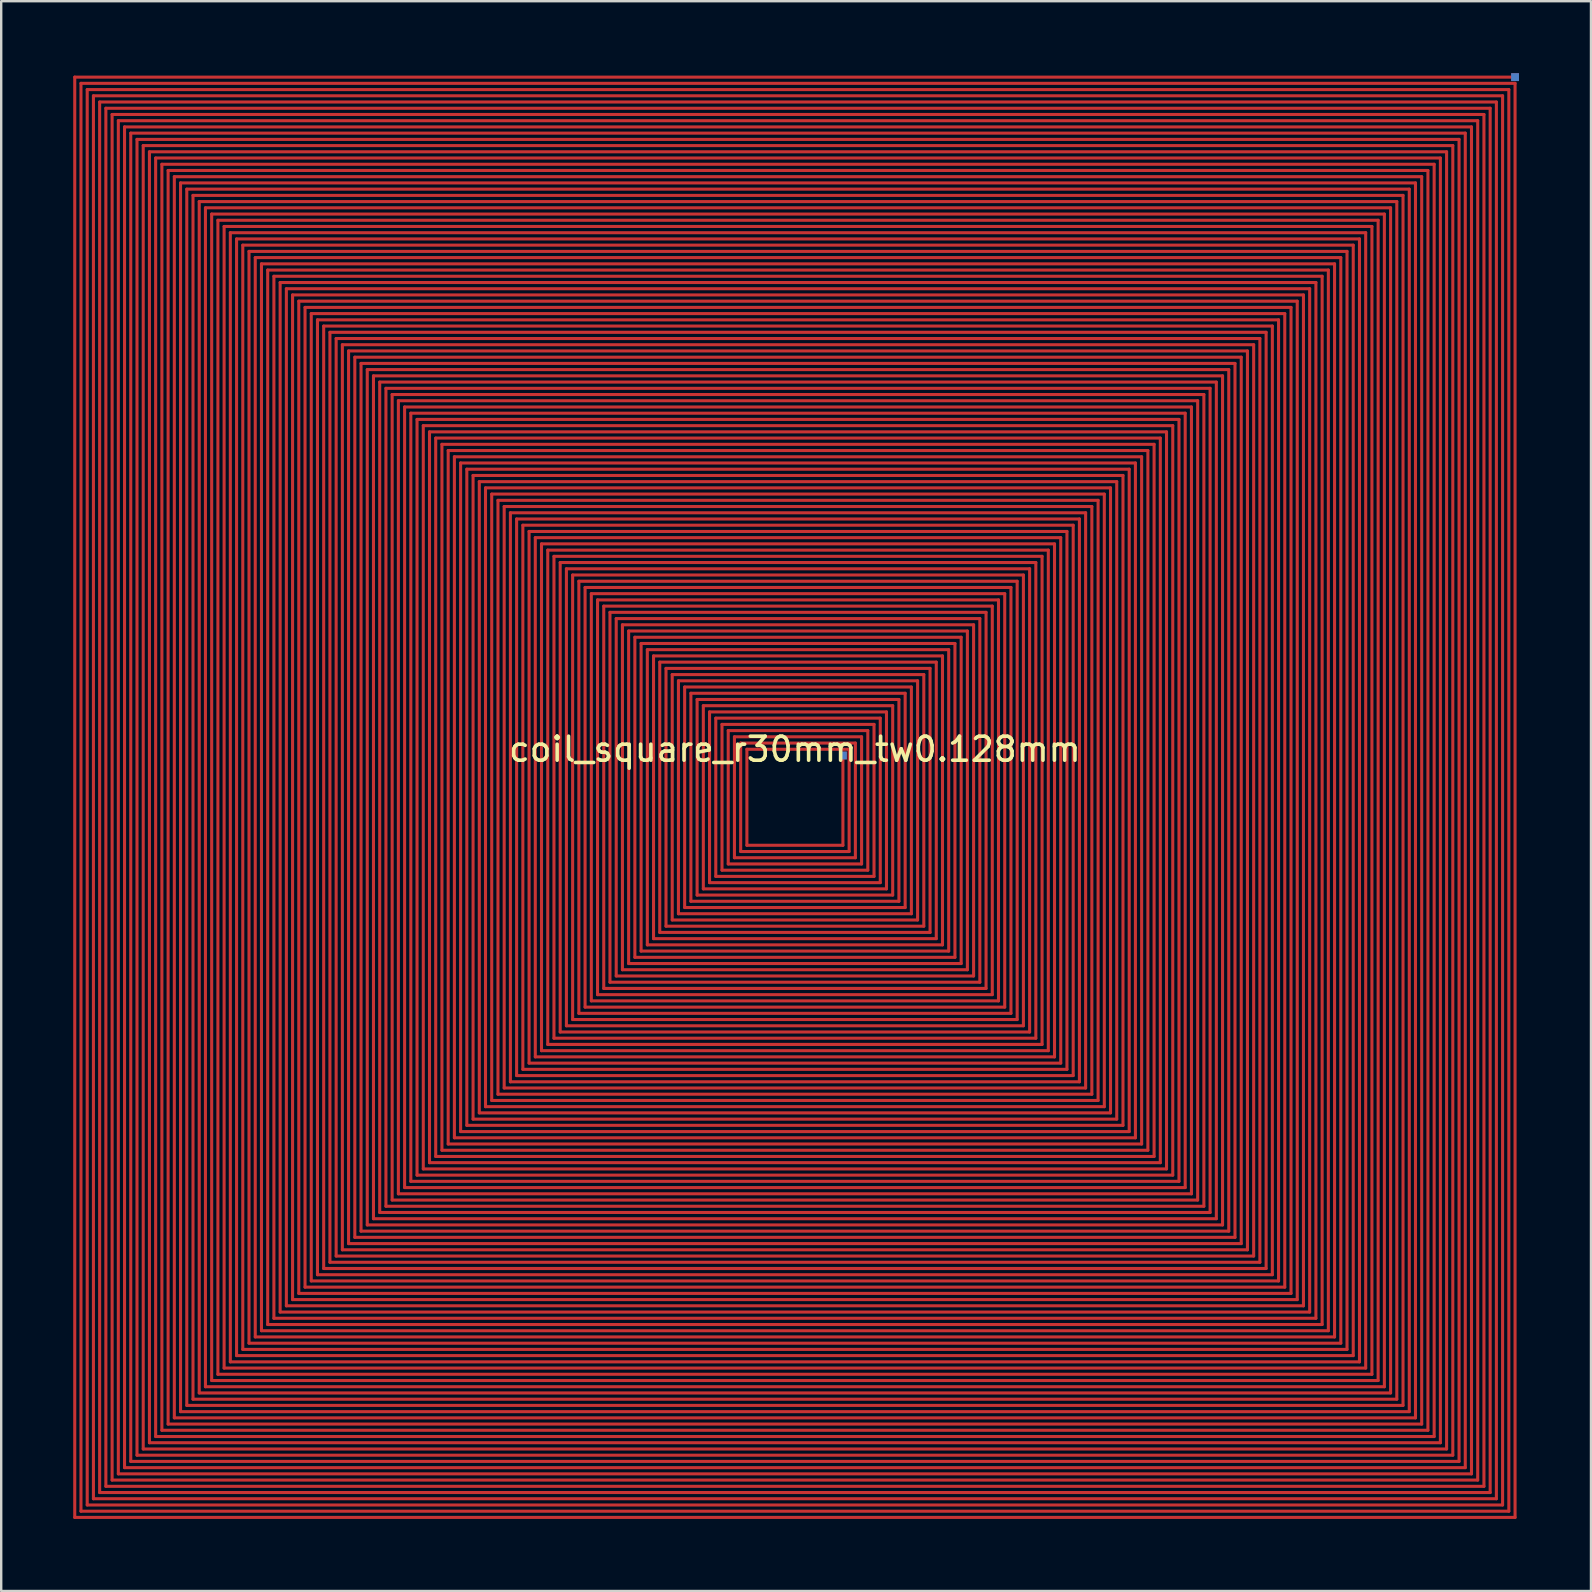
<source format=kicad_pcb>
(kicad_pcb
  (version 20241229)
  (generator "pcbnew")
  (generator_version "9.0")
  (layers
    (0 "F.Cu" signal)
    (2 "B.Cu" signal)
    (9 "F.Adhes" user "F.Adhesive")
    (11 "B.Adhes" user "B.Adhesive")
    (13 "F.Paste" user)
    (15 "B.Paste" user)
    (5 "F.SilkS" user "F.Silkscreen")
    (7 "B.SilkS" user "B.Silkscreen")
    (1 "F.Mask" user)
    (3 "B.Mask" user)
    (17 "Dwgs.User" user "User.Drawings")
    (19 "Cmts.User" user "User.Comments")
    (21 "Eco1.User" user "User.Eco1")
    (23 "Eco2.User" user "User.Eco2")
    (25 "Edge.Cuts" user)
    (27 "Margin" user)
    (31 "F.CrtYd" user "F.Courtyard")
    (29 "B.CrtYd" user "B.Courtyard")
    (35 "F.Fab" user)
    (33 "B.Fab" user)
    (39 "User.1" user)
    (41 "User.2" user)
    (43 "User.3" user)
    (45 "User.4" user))
  (footprint "coil_square_r30mm_tw0.128mm"
    (layer "F.Cu")
    (at 30.064 30.163)
    (property "Reference" "coil_square_r30mm_tw0.128mm" (at 0 -2 0) (layer "F.SilkS") (effects (font (size 1 1) (thickness 0.15))))
    (attr through_hole)
    (fp_line (start -30 -30) (end -30 30) (stroke (width 0.128) (type solid)) (layer "F.Cu"))
    (fp_line (start -30 30) (end 30 30) (stroke (width 0.128) (type solid)) (layer "F.Cu"))
    (fp_line (start -29.741 -29.741) (end -29.741 29.741) (stroke (width 0.128) (type solid)) (layer "F.Cu"))
    (fp_line (start -29.741 29.741) (end 29.741 29.741) (stroke (width 0.128) (type solid)) (layer "F.Cu"))
    (fp_line (start -29.481 -29.481) (end -29.481 29.481) (stroke (width 0.128) (type solid)) (layer "F.Cu"))
    (fp_line (start -29.481 29.481) (end 29.481 29.481) (stroke (width 0.128) (type solid)) (layer "F.Cu"))
    (fp_line (start -29.222 -29.222) (end -29.222 29.222) (stroke (width 0.128) (type solid)) (layer "F.Cu"))
    (fp_line (start -29.222 29.222) (end 29.222 29.222) (stroke (width 0.128) (type solid)) (layer "F.Cu"))
    (fp_line (start -28.963 -28.963) (end -28.963 28.963) (stroke (width 0.128) (type solid)) (layer "F.Cu"))
    (fp_line (start -28.963 28.963) (end 28.963 28.963) (stroke (width 0.128) (type solid)) (layer "F.Cu"))
    (fp_line (start -28.704 -28.704) (end -28.704 28.704) (stroke (width 0.128) (type solid)) (layer "F.Cu"))
    (fp_line (start -28.704 28.704) (end 28.704 28.704) (stroke (width 0.128) (type solid)) (layer "F.Cu"))
    (fp_line (start -28.444 -28.444) (end -28.444 28.444) (stroke (width 0.128) (type solid)) (layer "F.Cu"))
    (fp_line (start -28.444 28.444) (end 28.444 28.444) (stroke (width 0.128) (type solid)) (layer "F.Cu"))
    (fp_line (start -28.185 -28.185) (end -28.185 28.185) (stroke (width 0.128) (type solid)) (layer "F.Cu"))
    (fp_line (start -28.185 28.185) (end 28.185 28.185) (stroke (width 0.128) (type solid)) (layer "F.Cu"))
    (fp_line (start -27.926 -27.926) (end -27.926 27.926) (stroke (width 0.128) (type solid)) (layer "F.Cu"))
    (fp_line (start -27.926 27.926) (end 27.926 27.926) (stroke (width 0.128) (type solid)) (layer "F.Cu"))
    (fp_line (start -27.667 -27.667) (end -27.667 27.667) (stroke (width 0.128) (type solid)) (layer "F.Cu"))
    (fp_line (start -27.667 27.667) (end 27.667 27.667) (stroke (width 0.128) (type solid)) (layer "F.Cu"))
    (fp_line (start -27.407 -27.407) (end -27.407 27.407) (stroke (width 0.128) (type solid)) (layer "F.Cu"))
    (fp_line (start -27.407 27.407) (end 27.407 27.407) (stroke (width 0.128) (type solid)) (layer "F.Cu"))
    (fp_line (start -27.148 -27.148) (end -27.148 27.148) (stroke (width 0.128) (type solid)) (layer "F.Cu"))
    (fp_line (start -27.148 27.148) (end 27.148 27.148) (stroke (width 0.128) (type solid)) (layer "F.Cu"))
    (fp_line (start -26.889 -26.889) (end -26.889 26.889) (stroke (width 0.128) (type solid)) (layer "F.Cu"))
    (fp_line (start -26.889 26.889) (end 26.889 26.889) (stroke (width 0.128) (type solid)) (layer "F.Cu"))
    (fp_line (start -26.63 -26.63) (end -26.63 26.63) (stroke (width 0.128) (type solid)) (layer "F.Cu"))
    (fp_line (start -26.63 26.63) (end 26.63 26.63) (stroke (width 0.128) (type solid)) (layer "F.Cu"))
    (fp_line (start -26.37 -26.37) (end -26.37 26.37) (stroke (width 0.128) (type solid)) (layer "F.Cu"))
    (fp_line (start -26.37 26.37) (end 26.37 26.37) (stroke (width 0.128) (type solid)) (layer "F.Cu"))
    (fp_line (start -26.111 -26.111) (end -26.111 26.111) (stroke (width 0.128) (type solid)) (layer "F.Cu"))
    (fp_line (start -26.111 26.111) (end 26.111 26.111) (stroke (width 0.128) (type solid)) (layer "F.Cu"))
    (fp_line (start -25.852 -25.852) (end -25.852 25.852) (stroke (width 0.128) (type solid)) (layer "F.Cu"))
    (fp_line (start -25.852 25.852) (end 25.852 25.852) (stroke (width 0.128) (type solid)) (layer "F.Cu"))
    (fp_line (start -25.593 -25.593) (end -25.593 25.593) (stroke (width 0.128) (type solid)) (layer "F.Cu"))
    (fp_line (start -25.593 25.593) (end 25.593 25.593) (stroke (width 0.128) (type solid)) (layer "F.Cu"))
    (fp_line (start -25.333 -25.333) (end -25.333 25.333) (stroke (width 0.128) (type solid)) (layer "F.Cu"))
    (fp_line (start -25.333 25.333) (end 25.333 25.333) (stroke (width 0.128) (type solid)) (layer "F.Cu"))
    (fp_line (start -25.074 -25.074) (end -25.074 25.074) (stroke (width 0.128) (type solid)) (layer "F.Cu"))
    (fp_line (start -25.074 25.074) (end 25.074 25.074) (stroke (width 0.128) (type solid)) (layer "F.Cu"))
    (fp_line (start -24.815 -24.815) (end -24.815 24.815) (stroke (width 0.128) (type solid)) (layer "F.Cu"))
    (fp_line (start -24.815 24.815) (end 24.815 24.815) (stroke (width 0.128) (type solid)) (layer "F.Cu"))
    (fp_line (start -24.556 -24.556) (end -24.556 24.556) (stroke (width 0.128) (type solid)) (layer "F.Cu"))
    (fp_line (start -24.556 24.556) (end 24.556 24.556) (stroke (width 0.128) (type solid)) (layer "F.Cu"))
    (fp_line (start -24.296 -24.296) (end -24.296 24.296) (stroke (width 0.128) (type solid)) (layer "F.Cu"))
    (fp_line (start -24.296 24.296) (end 24.296 24.296) (stroke (width 0.128) (type solid)) (layer "F.Cu"))
    (fp_line (start -24.037 -24.037) (end -24.037 24.037) (stroke (width 0.128) (type solid)) (layer "F.Cu"))
    (fp_line (start -24.037 24.037) (end 24.037 24.037) (stroke (width 0.128) (type solid)) (layer "F.Cu"))
    (fp_line (start -23.778 -23.778) (end -23.778 23.778) (stroke (width 0.128) (type solid)) (layer "F.Cu"))
    (fp_line (start -23.778 23.778) (end 23.778 23.778) (stroke (width 0.128) (type solid)) (layer "F.Cu"))
    (fp_line (start -23.519 -23.519) (end -23.519 23.519) (stroke (width 0.128) (type solid)) (layer "F.Cu"))
    (fp_line (start -23.519 23.519) (end 23.519 23.519) (stroke (width 0.128) (type solid)) (layer "F.Cu"))
    (fp_line (start -23.259 -23.259) (end -23.259 23.259) (stroke (width 0.128) (type solid)) (layer "F.Cu"))
    (fp_line (start -23.259 23.259) (end 23.259 23.259) (stroke (width 0.128) (type solid)) (layer "F.Cu"))
    (fp_line (start -23 -23) (end -23 23) (stroke (width 0.128) (type solid)) (layer "F.Cu"))
    (fp_line (start -23 23) (end 23 23) (stroke (width 0.128) (type solid)) (layer "F.Cu"))
    (fp_line (start -22.741 -22.741) (end -22.741 22.741) (stroke (width 0.128) (type solid)) (layer "F.Cu"))
    (fp_line (start -22.741 22.741) (end 22.741 22.741) (stroke (width 0.128) (type solid)) (layer "F.Cu"))
    (fp_line (start -22.481 -22.481) (end -22.481 22.481) (stroke (width 0.128) (type solid)) (layer "F.Cu"))
    (fp_line (start -22.481 22.481) (end 22.481 22.481) (stroke (width 0.128) (type solid)) (layer "F.Cu"))
    (fp_line (start -22.222 -22.222) (end -22.222 22.222) (stroke (width 0.128) (type solid)) (layer "F.Cu"))
    (fp_line (start -22.222 22.222) (end 22.222 22.222) (stroke (width 0.128) (type solid)) (layer "F.Cu"))
    (fp_line (start -21.963 -21.963) (end -21.963 21.963) (stroke (width 0.128) (type solid)) (layer "F.Cu"))
    (fp_line (start -21.963 21.963) (end 21.963 21.963) (stroke (width 0.128) (type solid)) (layer "F.Cu"))
    (fp_line (start -21.704 -21.704) (end -21.704 21.704) (stroke (width 0.128) (type solid)) (layer "F.Cu"))
    (fp_line (start -21.704 21.704) (end 21.704 21.704) (stroke (width 0.128) (type solid)) (layer "F.Cu"))
    (fp_line (start -21.444 -21.444) (end -21.444 21.444) (stroke (width 0.128) (type solid)) (layer "F.Cu"))
    (fp_line (start -21.444 21.444) (end 21.444 21.444) (stroke (width 0.128) (type solid)) (layer "F.Cu"))
    (fp_line (start -21.185 -21.185) (end -21.185 21.185) (stroke (width 0.128) (type solid)) (layer "F.Cu"))
    (fp_line (start -21.185 21.185) (end 21.185 21.185) (stroke (width 0.128) (type solid)) (layer "F.Cu"))
    (fp_line (start -20.926 -20.926) (end -20.926 20.926) (stroke (width 0.128) (type solid)) (layer "F.Cu"))
    (fp_line (start -20.926 20.926) (end 20.926 20.926) (stroke (width 0.128) (type solid)) (layer "F.Cu"))
    (fp_line (start -20.667 -20.667) (end -20.667 20.667) (stroke (width 0.128) (type solid)) (layer "F.Cu"))
    (fp_line (start -20.667 20.667) (end 20.667 20.667) (stroke (width 0.128) (type solid)) (layer "F.Cu"))
    (fp_line (start -20.407 -20.407) (end -20.407 20.407) (stroke (width 0.128) (type solid)) (layer "F.Cu"))
    (fp_line (start -20.407 20.407) (end 20.407 20.407) (stroke (width 0.128) (type solid)) (layer "F.Cu"))
    (fp_line (start -20.148 -20.148) (end -20.148 20.148) (stroke (width 0.128) (type solid)) (layer "F.Cu"))
    (fp_line (start -20.148 20.148) (end 20.148 20.148) (stroke (width 0.128) (type solid)) (layer "F.Cu"))
    (fp_line (start -19.889 -19.889) (end -19.889 19.889) (stroke (width 0.128) (type solid)) (layer "F.Cu"))
    (fp_line (start -19.889 19.889) (end 19.889 19.889) (stroke (width 0.128) (type solid)) (layer "F.Cu"))
    (fp_line (start -19.63 -19.63) (end -19.63 19.63) (stroke (width 0.128) (type solid)) (layer "F.Cu"))
    (fp_line (start -19.63 19.63) (end 19.63 19.63) (stroke (width 0.128) (type solid)) (layer "F.Cu"))
    (fp_line (start -19.37 -19.37) (end -19.37 19.37) (stroke (width 0.128) (type solid)) (layer "F.Cu"))
    (fp_line (start -19.37 19.37) (end 19.37 19.37) (stroke (width 0.128) (type solid)) (layer "F.Cu"))
    (fp_line (start -19.111 -19.111) (end -19.111 19.111) (stroke (width 0.128) (type solid)) (layer "F.Cu"))
    (fp_line (start -19.111 19.111) (end 19.111 19.111) (stroke (width 0.128) (type solid)) (layer "F.Cu"))
    (fp_line (start -18.852 -18.852) (end -18.852 18.852) (stroke (width 0.128) (type solid)) (layer "F.Cu"))
    (fp_line (start -18.852 18.852) (end 18.852 18.852) (stroke (width 0.128) (type solid)) (layer "F.Cu"))
    (fp_line (start -18.593 -18.593) (end -18.593 18.593) (stroke (width 0.128) (type solid)) (layer "F.Cu"))
    (fp_line (start -18.593 18.593) (end 18.593 18.593) (stroke (width 0.128) (type solid)) (layer "F.Cu"))
    (fp_line (start -18.333 -18.333) (end -18.333 18.333) (stroke (width 0.128) (type solid)) (layer "F.Cu"))
    (fp_line (start -18.333 18.333) (end 18.333 18.333) (stroke (width 0.128) (type solid)) (layer "F.Cu"))
    (fp_line (start -18.074 -18.074) (end -18.074 18.074) (stroke (width 0.128) (type solid)) (layer "F.Cu"))
    (fp_line (start -18.074 18.074) (end 18.074 18.074) (stroke (width 0.128) (type solid)) (layer "F.Cu"))
    (fp_line (start -17.815 -17.815) (end -17.815 17.815) (stroke (width 0.128) (type solid)) (layer "F.Cu"))
    (fp_line (start -17.815 17.815) (end 17.815 17.815) (stroke (width 0.128) (type solid)) (layer "F.Cu"))
    (fp_line (start -17.556 -17.556) (end -17.556 17.556) (stroke (width 0.128) (type solid)) (layer "F.Cu"))
    (fp_line (start -17.556 17.556) (end 17.556 17.556) (stroke (width 0.128) (type solid)) (layer "F.Cu"))
    (fp_line (start -17.296 -17.296) (end -17.296 17.296) (stroke (width 0.128) (type solid)) (layer "F.Cu"))
    (fp_line (start -17.296 17.296) (end 17.296 17.296) (stroke (width 0.128) (type solid)) (layer "F.Cu"))
    (fp_line (start -17.037 -17.037) (end -17.037 17.037) (stroke (width 0.128) (type solid)) (layer "F.Cu"))
    (fp_line (start -17.037 17.037) (end 17.037 17.037) (stroke (width 0.128) (type solid)) (layer "F.Cu"))
    (fp_line (start -16.778 -16.778) (end -16.778 16.778) (stroke (width 0.128) (type solid)) (layer "F.Cu"))
    (fp_line (start -16.778 16.778) (end 16.778 16.778) (stroke (width 0.128) (type solid)) (layer "F.Cu"))
    (fp_line (start -16.519 -16.519) (end -16.519 16.519) (stroke (width 0.128) (type solid)) (layer "F.Cu"))
    (fp_line (start -16.519 16.519) (end 16.519 16.519) (stroke (width 0.128) (type solid)) (layer "F.Cu"))
    (fp_line (start -16.259 -16.259) (end -16.259 16.259) (stroke (width 0.128) (type solid)) (layer "F.Cu"))
    (fp_line (start -16.259 16.259) (end 16.259 16.259) (stroke (width 0.128) (type solid)) (layer "F.Cu"))
    (fp_line (start -16 -16) (end -16 16) (stroke (width 0.128) (type solid)) (layer "F.Cu"))
    (fp_line (start -16 16) (end 16 16) (stroke (width 0.128) (type solid)) (layer "F.Cu"))
    (fp_line (start -15.741 -15.741) (end -15.741 15.741) (stroke (width 0.128) (type solid)) (layer "F.Cu"))
    (fp_line (start -15.741 15.741) (end 15.741 15.741) (stroke (width 0.128) (type solid)) (layer "F.Cu"))
    (fp_line (start -15.481 -15.481) (end -15.481 15.481) (stroke (width 0.128) (type solid)) (layer "F.Cu"))
    (fp_line (start -15.481 15.481) (end 15.481 15.481) (stroke (width 0.128) (type solid)) (layer "F.Cu"))
    (fp_line (start -15.222 -15.222) (end -15.222 15.222) (stroke (width 0.128) (type solid)) (layer "F.Cu"))
    (fp_line (start -15.222 15.222) (end 15.222 15.222) (stroke (width 0.128) (type solid)) (layer "F.Cu"))
    (fp_line (start -14.963 -14.963) (end -14.963 14.963) (stroke (width 0.128) (type solid)) (layer "F.Cu"))
    (fp_line (start -14.963 14.963) (end 14.963 14.963) (stroke (width 0.128) (type solid)) (layer "F.Cu"))
    (fp_line (start -14.704 -14.704) (end -14.704 14.704) (stroke (width 0.128) (type solid)) (layer "F.Cu"))
    (fp_line (start -14.704 14.704) (end 14.704 14.704) (stroke (width 0.128) (type solid)) (layer "F.Cu"))
    (fp_line (start -14.444 -14.444) (end -14.444 14.444) (stroke (width 0.128) (type solid)) (layer "F.Cu"))
    (fp_line (start -14.444 14.444) (end 14.444 14.444) (stroke (width 0.128) (type solid)) (layer "F.Cu"))
    (fp_line (start -14.185 -14.185) (end -14.185 14.185) (stroke (width 0.128) (type solid)) (layer "F.Cu"))
    (fp_line (start -14.185 14.185) (end 14.185 14.185) (stroke (width 0.128) (type solid)) (layer "F.Cu"))
    (fp_line (start -13.926 -13.926) (end -13.926 13.926) (stroke (width 0.128) (type solid)) (layer "F.Cu"))
    (fp_line (start -13.926 13.926) (end 13.926 13.926) (stroke (width 0.128) (type solid)) (layer "F.Cu"))
    (fp_line (start -13.667 -13.667) (end -13.667 13.667) (stroke (width 0.128) (type solid)) (layer "F.Cu"))
    (fp_line (start -13.667 13.667) (end 13.667 13.667) (stroke (width 0.128) (type solid)) (layer "F.Cu"))
    (fp_line (start -13.407 -13.407) (end -13.407 13.407) (stroke (width 0.128) (type solid)) (layer "F.Cu"))
    (fp_line (start -13.407 13.407) (end 13.407 13.407) (stroke (width 0.128) (type solid)) (layer "F.Cu"))
    (fp_line (start -13.148 -13.148) (end -13.148 13.148) (stroke (width 0.128) (type solid)) (layer "F.Cu"))
    (fp_line (start -13.148 13.148) (end 13.148 13.148) (stroke (width 0.128) (type solid)) (layer "F.Cu"))
    (fp_line (start -12.889 -12.889) (end -12.889 12.889) (stroke (width 0.128) (type solid)) (layer "F.Cu"))
    (fp_line (start -12.889 12.889) (end 12.889 12.889) (stroke (width 0.128) (type solid)) (layer "F.Cu"))
    (fp_line (start -12.63 -12.63) (end -12.63 12.63) (stroke (width 0.128) (type solid)) (layer "F.Cu"))
    (fp_line (start -12.63 12.63) (end 12.63 12.63) (stroke (width 0.128) (type solid)) (layer "F.Cu"))
    (fp_line (start -12.37 -12.37) (end -12.37 12.37) (stroke (width 0.128) (type solid)) (layer "F.Cu"))
    (fp_line (start -12.37 12.37) (end 12.37 12.37) (stroke (width 0.128) (type solid)) (layer "F.Cu"))
    (fp_line (start -12.111 -12.111) (end -12.111 12.111) (stroke (width 0.128) (type solid)) (layer "F.Cu"))
    (fp_line (start -12.111 12.111) (end 12.111 12.111) (stroke (width 0.128) (type solid)) (layer "F.Cu"))
    (fp_line (start -11.852 -11.852) (end -11.852 11.852) (stroke (width 0.128) (type solid)) (layer "F.Cu"))
    (fp_line (start -11.852 11.852) (end 11.852 11.852) (stroke (width 0.128) (type solid)) (layer "F.Cu"))
    (fp_line (start -11.593 -11.593) (end -11.593 11.593) (stroke (width 0.128) (type solid)) (layer "F.Cu"))
    (fp_line (start -11.593 11.593) (end 11.593 11.593) (stroke (width 0.128) (type solid)) (layer "F.Cu"))
    (fp_line (start -11.333 -11.333) (end -11.333 11.333) (stroke (width 0.128) (type solid)) (layer "F.Cu"))
    (fp_line (start -11.333 11.333) (end 11.333 11.333) (stroke (width 0.128) (type solid)) (layer "F.Cu"))
    (fp_line (start -11.074 -11.074) (end -11.074 11.074) (stroke (width 0.128) (type solid)) (layer "F.Cu"))
    (fp_line (start -11.074 11.074) (end 11.074 11.074) (stroke (width 0.128) (type solid)) (layer "F.Cu"))
    (fp_line (start -10.815 -10.815) (end -10.815 10.815) (stroke (width 0.128) (type solid)) (layer "F.Cu"))
    (fp_line (start -10.815 10.815) (end 10.815 10.815) (stroke (width 0.128) (type solid)) (layer "F.Cu"))
    (fp_line (start -10.556 -10.556) (end -10.556 10.556) (stroke (width 0.128) (type solid)) (layer "F.Cu"))
    (fp_line (start -10.556 10.556) (end 10.556 10.556) (stroke (width 0.128) (type solid)) (layer "F.Cu"))
    (fp_line (start -10.296 -10.296) (end -10.296 10.296) (stroke (width 0.128) (type solid)) (layer "F.Cu"))
    (fp_line (start -10.296 10.296) (end 10.296 10.296) (stroke (width 0.128) (type solid)) (layer "F.Cu"))
    (fp_line (start -10.037 -10.037) (end -10.037 10.037) (stroke (width 0.128) (type solid)) (layer "F.Cu"))
    (fp_line (start -10.037 10.037) (end 10.037 10.037) (stroke (width 0.128) (type solid)) (layer "F.Cu"))
    (fp_line (start -9.778 -9.778) (end -9.778 9.778) (stroke (width 0.128) (type solid)) (layer "F.Cu"))
    (fp_line (start -9.778 9.778) (end 9.778 9.778) (stroke (width 0.128) (type solid)) (layer "F.Cu"))
    (fp_line (start -9.519 -9.519) (end -9.519 9.519) (stroke (width 0.128) (type solid)) (layer "F.Cu"))
    (fp_line (start -9.519 9.519) (end 9.519 9.519) (stroke (width 0.128) (type solid)) (layer "F.Cu"))
    (fp_line (start -9.259 -9.259) (end -9.259 9.259) (stroke (width 0.128) (type solid)) (layer "F.Cu"))
    (fp_line (start -9.259 9.259) (end 9.259 9.259) (stroke (width 0.128) (type solid)) (layer "F.Cu"))
    (fp_line (start -9 -9) (end -9 9) (stroke (width 0.128) (type solid)) (layer "F.Cu"))
    (fp_line (start -9 9) (end 9 9) (stroke (width 0.128) (type solid)) (layer "F.Cu"))
    (fp_line (start -8.741 -8.741) (end -8.741 8.741) (stroke (width 0.128) (type solid)) (layer "F.Cu"))
    (fp_line (start -8.741 8.741) (end 8.741 8.741) (stroke (width 0.128) (type solid)) (layer "F.Cu"))
    (fp_line (start -8.481 -8.481) (end -8.481 8.481) (stroke (width 0.128) (type solid)) (layer "F.Cu"))
    (fp_line (start -8.481 8.481) (end 8.481 8.481) (stroke (width 0.128) (type solid)) (layer "F.Cu"))
    (fp_line (start -8.222 -8.222) (end -8.222 8.222) (stroke (width 0.128) (type solid)) (layer "F.Cu"))
    (fp_line (start -8.222 8.222) (end 8.222 8.222) (stroke (width 0.128) (type solid)) (layer "F.Cu"))
    (fp_line (start -7.963 -7.963) (end -7.963 7.963) (stroke (width 0.128) (type solid)) (layer "F.Cu"))
    (fp_line (start -7.963 7.963) (end 7.963 7.963) (stroke (width 0.128) (type solid)) (layer "F.Cu"))
    (fp_line (start -7.704 -7.704) (end -7.704 7.704) (stroke (width 0.128) (type solid)) (layer "F.Cu"))
    (fp_line (start -7.704 7.704) (end 7.704 7.704) (stroke (width 0.128) (type solid)) (layer "F.Cu"))
    (fp_line (start -7.444 -7.444) (end -7.444 7.444) (stroke (width 0.128) (type solid)) (layer "F.Cu"))
    (fp_line (start -7.444 7.444) (end 7.444 7.444) (stroke (width 0.128) (type solid)) (layer "F.Cu"))
    (fp_line (start -7.185 -7.185) (end -7.185 7.185) (stroke (width 0.128) (type solid)) (layer "F.Cu"))
    (fp_line (start -7.185 7.185) (end 7.185 7.185) (stroke (width 0.128) (type solid)) (layer "F.Cu"))
    (fp_line (start -6.926 -6.926) (end -6.926 6.926) (stroke (width 0.128) (type solid)) (layer "F.Cu"))
    (fp_line (start -6.926 6.926) (end 6.926 6.926) (stroke (width 0.128) (type solid)) (layer "F.Cu"))
    (fp_line (start -6.667 -6.667) (end -6.667 6.667) (stroke (width 0.128) (type solid)) (layer "F.Cu"))
    (fp_line (start -6.667 6.667) (end 6.667 6.667) (stroke (width 0.128) (type solid)) (layer "F.Cu"))
    (fp_line (start -6.407 -6.407) (end -6.407 6.407) (stroke (width 0.128) (type solid)) (layer "F.Cu"))
    (fp_line (start -6.407 6.407) (end 6.407 6.407) (stroke (width 0.128) (type solid)) (layer "F.Cu"))
    (fp_line (start -6.148 -6.148) (end -6.148 6.148) (stroke (width 0.128) (type solid)) (layer "F.Cu"))
    (fp_line (start -6.148 6.148) (end 6.148 6.148) (stroke (width 0.128) (type solid)) (layer "F.Cu"))
    (fp_line (start -5.889 -5.889) (end -5.889 5.889) (stroke (width 0.128) (type solid)) (layer "F.Cu"))
    (fp_line (start -5.889 5.889) (end 5.889 5.889) (stroke (width 0.128) (type solid)) (layer "F.Cu"))
    (fp_line (start -5.63 -5.63) (end -5.63 5.63) (stroke (width 0.128) (type solid)) (layer "F.Cu"))
    (fp_line (start -5.63 5.63) (end 5.63 5.63) (stroke (width 0.128) (type solid)) (layer "F.Cu"))
    (fp_line (start -5.37 -5.37) (end -5.37 5.37) (stroke (width 0.128) (type solid)) (layer "F.Cu"))
    (fp_line (start -5.37 5.37) (end 5.37 5.37) (stroke (width 0.128) (type solid)) (layer "F.Cu"))
    (fp_line (start -5.111 -5.111) (end -5.111 5.111) (stroke (width 0.128) (type solid)) (layer "F.Cu"))
    (fp_line (start -5.111 5.111) (end 5.111 5.111) (stroke (width 0.128) (type solid)) (layer "F.Cu"))
    (fp_line (start -4.852 -4.852) (end -4.852 4.852) (stroke (width 0.128) (type solid)) (layer "F.Cu"))
    (fp_line (start -4.852 4.852) (end 4.852 4.852) (stroke (width 0.128) (type solid)) (layer "F.Cu"))
    (fp_line (start -4.593 -4.593) (end -4.593 4.593) (stroke (width 0.128) (type solid)) (layer "F.Cu"))
    (fp_line (start -4.593 4.593) (end 4.593 4.593) (stroke (width 0.128) (type solid)) (layer "F.Cu"))
    (fp_line (start -4.333 -4.333) (end -4.333 4.333) (stroke (width 0.128) (type solid)) (layer "F.Cu"))
    (fp_line (start -4.333 4.333) (end 4.333 4.333) (stroke (width 0.128) (type solid)) (layer "F.Cu"))
    (fp_line (start -4.074 -4.074) (end -4.074 4.074) (stroke (width 0.128) (type solid)) (layer "F.Cu"))
    (fp_line (start -4.074 4.074) (end 4.074 4.074) (stroke (width 0.128) (type solid)) (layer "F.Cu"))
    (fp_line (start -3.815 -3.815) (end -3.815 3.815) (stroke (width 0.128) (type solid)) (layer "F.Cu"))
    (fp_line (start -3.815 3.815) (end 3.815 3.815) (stroke (width 0.128) (type solid)) (layer "F.Cu"))
    (fp_line (start -3.556 -3.556) (end -3.556 3.556) (stroke (width 0.128) (type solid)) (layer "F.Cu"))
    (fp_line (start -3.556 3.556) (end 3.556 3.556) (stroke (width 0.128) (type solid)) (layer "F.Cu"))
    (fp_line (start -3.296 -3.296) (end -3.296 3.296) (stroke (width 0.128) (type solid)) (layer "F.Cu"))
    (fp_line (start -3.296 3.296) (end 3.296 3.296) (stroke (width 0.128) (type solid)) (layer "F.Cu"))
    (fp_line (start -3.037 -3.037) (end -3.037 3.037) (stroke (width 0.128) (type solid)) (layer "F.Cu"))
    (fp_line (start -3.037 3.037) (end 3.037 3.037) (stroke (width 0.128) (type solid)) (layer "F.Cu"))
    (fp_line (start -2.778 -2.778) (end -2.778 2.778) (stroke (width 0.128) (type solid)) (layer "F.Cu"))
    (fp_line (start -2.778 2.778) (end 2.778 2.778) (stroke (width 0.128) (type solid)) (layer "F.Cu"))
    (fp_line (start -2.519 -2.519) (end -2.519 2.519) (stroke (width 0.128) (type solid)) (layer "F.Cu"))
    (fp_line (start -2.519 2.519) (end 2.519 2.519) (stroke (width 0.128) (type solid)) (layer "F.Cu"))
    (fp_line (start -2.259 -2.259) (end -2.259 2.259) (stroke (width 0.128) (type solid)) (layer "F.Cu"))
    (fp_line (start -2.259 2.259) (end 2.259 2.259) (stroke (width 0.128) (type solid)) (layer "F.Cu"))
    (fp_line (start -2 -2) (end -2 2) (stroke (width 0.128) (type solid)) (layer "F.Cu"))
    (fp_line (start -2 2) (end 2 2) (stroke (width 0.128) (type solid)) (layer "F.Cu"))
    (fp_line (start 2 2) (end 2 -1.741) (stroke (width 0.128) (type solid)) (layer "F.Cu"))
    (fp_line (start 2.259 -2) (end -2 -2) (stroke (width 0.128) (type solid)) (layer "F.Cu"))
    (fp_line (start 2.259 2.259) (end 2.259 -2) (stroke (width 0.128) (type solid)) (layer "F.Cu"))
    (fp_line (start 2.519 -2.259) (end -2.259 -2.259) (stroke (width 0.128) (type solid)) (layer "F.Cu"))
    (fp_line (start 2.519 2.519) (end 2.519 -2.259) (stroke (width 0.128) (type solid)) (layer "F.Cu"))
    (fp_line (start 2.778 -2.519) (end -2.519 -2.519) (stroke (width 0.128) (type solid)) (layer "F.Cu"))
    (fp_line (start 2.778 2.778) (end 2.778 -2.519) (stroke (width 0.128) (type solid)) (layer "F.Cu"))
    (fp_line (start 3.037 -2.778) (end -2.778 -2.778) (stroke (width 0.128) (type solid)) (layer "F.Cu"))
    (fp_line (start 3.037 3.037) (end 3.037 -2.778) (stroke (width 0.128) (type solid)) (layer "F.Cu"))
    (fp_line (start 3.296 -3.037) (end -3.037 -3.037) (stroke (width 0.128) (type solid)) (layer "F.Cu"))
    (fp_line (start 3.296 3.296) (end 3.296 -3.037) (stroke (width 0.128) (type solid)) (layer "F.Cu"))
    (fp_line (start 3.556 -3.296) (end -3.296 -3.296) (stroke (width 0.128) (type solid)) (layer "F.Cu"))
    (fp_line (start 3.556 3.556) (end 3.556 -3.296) (stroke (width 0.128) (type solid)) (layer "F.Cu"))
    (fp_line (start 3.815 -3.556) (end -3.556 -3.556) (stroke (width 0.128) (type solid)) (layer "F.Cu"))
    (fp_line (start 3.815 3.815) (end 3.815 -3.556) (stroke (width 0.128) (type solid)) (layer "F.Cu"))
    (fp_line (start 4.074 -3.815) (end -3.815 -3.815) (stroke (width 0.128) (type solid)) (layer "F.Cu"))
    (fp_line (start 4.074 4.074) (end 4.074 -3.815) (stroke (width 0.128) (type solid)) (layer "F.Cu"))
    (fp_line (start 4.333 -4.074) (end -4.074 -4.074) (stroke (width 0.128) (type solid)) (layer "F.Cu"))
    (fp_line (start 4.333 4.333) (end 4.333 -4.074) (stroke (width 0.128) (type solid)) (layer "F.Cu"))
    (fp_line (start 4.593 -4.333) (end -4.333 -4.333) (stroke (width 0.128) (type solid)) (layer "F.Cu"))
    (fp_line (start 4.593 4.593) (end 4.593 -4.333) (stroke (width 0.128) (type solid)) (layer "F.Cu"))
    (fp_line (start 4.852 -4.593) (end -4.593 -4.593) (stroke (width 0.128) (type solid)) (layer "F.Cu"))
    (fp_line (start 4.852 4.852) (end 4.852 -4.593) (stroke (width 0.128) (type solid)) (layer "F.Cu"))
    (fp_line (start 5.111 -4.852) (end -4.852 -4.852) (stroke (width 0.128) (type solid)) (layer "F.Cu"))
    (fp_line (start 5.111 5.111) (end 5.111 -4.852) (stroke (width 0.128) (type solid)) (layer "F.Cu"))
    (fp_line (start 5.37 -5.111) (end -5.111 -5.111) (stroke (width 0.128) (type solid)) (layer "F.Cu"))
    (fp_line (start 5.37 5.37) (end 5.37 -5.111) (stroke (width 0.128) (type solid)) (layer "F.Cu"))
    (fp_line (start 5.63 -5.37) (end -5.37 -5.37) (stroke (width 0.128) (type solid)) (layer "F.Cu"))
    (fp_line (start 5.63 5.63) (end 5.63 -5.37) (stroke (width 0.128) (type solid)) (layer "F.Cu"))
    (fp_line (start 5.889 -5.63) (end -5.63 -5.63) (stroke (width 0.128) (type solid)) (layer "F.Cu"))
    (fp_line (start 5.889 5.889) (end 5.889 -5.63) (stroke (width 0.128) (type solid)) (layer "F.Cu"))
    (fp_line (start 6.148 -5.889) (end -5.889 -5.889) (stroke (width 0.128) (type solid)) (layer "F.Cu"))
    (fp_line (start 6.148 6.148) (end 6.148 -5.889) (stroke (width 0.128) (type solid)) (layer "F.Cu"))
    (fp_line (start 6.407 -6.148) (end -6.148 -6.148) (stroke (width 0.128) (type solid)) (layer "F.Cu"))
    (fp_line (start 6.407 6.407) (end 6.407 -6.148) (stroke (width 0.128) (type solid)) (layer "F.Cu"))
    (fp_line (start 6.667 -6.407) (end -6.407 -6.407) (stroke (width 0.128) (type solid)) (layer "F.Cu"))
    (fp_line (start 6.667 6.667) (end 6.667 -6.407) (stroke (width 0.128) (type solid)) (layer "F.Cu"))
    (fp_line (start 6.926 -6.667) (end -6.667 -6.667) (stroke (width 0.128) (type solid)) (layer "F.Cu"))
    (fp_line (start 6.926 6.926) (end 6.926 -6.667) (stroke (width 0.128) (type solid)) (layer "F.Cu"))
    (fp_line (start 7.185 -6.926) (end -6.926 -6.926) (stroke (width 0.128) (type solid)) (layer "F.Cu"))
    (fp_line (start 7.185 7.185) (end 7.185 -6.926) (stroke (width 0.128) (type solid)) (layer "F.Cu"))
    (fp_line (start 7.444 -7.185) (end -7.185 -7.185) (stroke (width 0.128) (type solid)) (layer "F.Cu"))
    (fp_line (start 7.444 7.444) (end 7.444 -7.185) (stroke (width 0.128) (type solid)) (layer "F.Cu"))
    (fp_line (start 7.704 -7.444) (end -7.444 -7.444) (stroke (width 0.128) (type solid)) (layer "F.Cu"))
    (fp_line (start 7.704 7.704) (end 7.704 -7.444) (stroke (width 0.128) (type solid)) (layer "F.Cu"))
    (fp_line (start 7.963 -7.704) (end -7.704 -7.704) (stroke (width 0.128) (type solid)) (layer "F.Cu"))
    (fp_line (start 7.963 7.963) (end 7.963 -7.704) (stroke (width 0.128) (type solid)) (layer "F.Cu"))
    (fp_line (start 8.222 -7.963) (end -7.963 -7.963) (stroke (width 0.128) (type solid)) (layer "F.Cu"))
    (fp_line (start 8.222 8.222) (end 8.222 -7.963) (stroke (width 0.128) (type solid)) (layer "F.Cu"))
    (fp_line (start 8.481 -8.222) (end -8.222 -8.222) (stroke (width 0.128) (type solid)) (layer "F.Cu"))
    (fp_line (start 8.481 8.481) (end 8.481 -8.222) (stroke (width 0.128) (type solid)) (layer "F.Cu"))
    (fp_line (start 8.741 -8.481) (end -8.481 -8.481) (stroke (width 0.128) (type solid)) (layer "F.Cu"))
    (fp_line (start 8.741 8.741) (end 8.741 -8.481) (stroke (width 0.128) (type solid)) (layer "F.Cu"))
    (fp_line (start 9 -8.741) (end -8.741 -8.741) (stroke (width 0.128) (type solid)) (layer "F.Cu"))
    (fp_line (start 9 9) (end 9 -8.741) (stroke (width 0.128) (type solid)) (layer "F.Cu"))
    (fp_line (start 9.259 -9) (end -9 -9) (stroke (width 0.128) (type solid)) (layer "F.Cu"))
    (fp_line (start 9.259 9.259) (end 9.259 -9) (stroke (width 0.128) (type solid)) (layer "F.Cu"))
    (fp_line (start 9.519 -9.259) (end -9.259 -9.259) (stroke (width 0.128) (type solid)) (layer "F.Cu"))
    (fp_line (start 9.519 9.519) (end 9.519 -9.259) (stroke (width 0.128) (type solid)) (layer "F.Cu"))
    (fp_line (start 9.778 -9.519) (end -9.519 -9.519) (stroke (width 0.128) (type solid)) (layer "F.Cu"))
    (fp_line (start 9.778 9.778) (end 9.778 -9.519) (stroke (width 0.128) (type solid)) (layer "F.Cu"))
    (fp_line (start 10.037 -9.778) (end -9.778 -9.778) (stroke (width 0.128) (type solid)) (layer "F.Cu"))
    (fp_line (start 10.037 10.037) (end 10.037 -9.778) (stroke (width 0.128) (type solid)) (layer "F.Cu"))
    (fp_line (start 10.296 -10.037) (end -10.037 -10.037) (stroke (width 0.128) (type solid)) (layer "F.Cu"))
    (fp_line (start 10.296 10.296) (end 10.296 -10.037) (stroke (width 0.128) (type solid)) (layer "F.Cu"))
    (fp_line (start 10.556 -10.296) (end -10.296 -10.296) (stroke (width 0.128) (type solid)) (layer "F.Cu"))
    (fp_line (start 10.556 10.556) (end 10.556 -10.296) (stroke (width 0.128) (type solid)) (layer "F.Cu"))
    (fp_line (start 10.815 -10.556) (end -10.556 -10.556) (stroke (width 0.128) (type solid)) (layer "F.Cu"))
    (fp_line (start 10.815 10.815) (end 10.815 -10.556) (stroke (width 0.128) (type solid)) (layer "F.Cu"))
    (fp_line (start 11.074 -10.815) (end -10.815 -10.815) (stroke (width 0.128) (type solid)) (layer "F.Cu"))
    (fp_line (start 11.074 11.074) (end 11.074 -10.815) (stroke (width 0.128) (type solid)) (layer "F.Cu"))
    (fp_line (start 11.333 -11.074) (end -11.074 -11.074) (stroke (width 0.128) (type solid)) (layer "F.Cu"))
    (fp_line (start 11.333 11.333) (end 11.333 -11.074) (stroke (width 0.128) (type solid)) (layer "F.Cu"))
    (fp_line (start 11.593 -11.333) (end -11.333 -11.333) (stroke (width 0.128) (type solid)) (layer "F.Cu"))
    (fp_line (start 11.593 11.593) (end 11.593 -11.333) (stroke (width 0.128) (type solid)) (layer "F.Cu"))
    (fp_line (start 11.852 -11.593) (end -11.593 -11.593) (stroke (width 0.128) (type solid)) (layer "F.Cu"))
    (fp_line (start 11.852 11.852) (end 11.852 -11.593) (stroke (width 0.128) (type solid)) (layer "F.Cu"))
    (fp_line (start 12.111 -11.852) (end -11.852 -11.852) (stroke (width 0.128) (type solid)) (layer "F.Cu"))
    (fp_line (start 12.111 12.111) (end 12.111 -11.852) (stroke (width 0.128) (type solid)) (layer "F.Cu"))
    (fp_line (start 12.37 -12.111) (end -12.111 -12.111) (stroke (width 0.128) (type solid)) (layer "F.Cu"))
    (fp_line (start 12.37 12.37) (end 12.37 -12.111) (stroke (width 0.128) (type solid)) (layer "F.Cu"))
    (fp_line (start 12.63 -12.37) (end -12.37 -12.37) (stroke (width 0.128) (type solid)) (layer "F.Cu"))
    (fp_line (start 12.63 12.63) (end 12.63 -12.37) (stroke (width 0.128) (type solid)) (layer "F.Cu"))
    (fp_line (start 12.889 -12.63) (end -12.63 -12.63) (stroke (width 0.128) (type solid)) (layer "F.Cu"))
    (fp_line (start 12.889 12.889) (end 12.889 -12.63) (stroke (width 0.128) (type solid)) (layer "F.Cu"))
    (fp_line (start 13.148 -12.889) (end -12.889 -12.889) (stroke (width 0.128) (type solid)) (layer "F.Cu"))
    (fp_line (start 13.148 13.148) (end 13.148 -12.889) (stroke (width 0.128) (type solid)) (layer "F.Cu"))
    (fp_line (start 13.407 -13.148) (end -13.148 -13.148) (stroke (width 0.128) (type solid)) (layer "F.Cu"))
    (fp_line (start 13.407 13.407) (end 13.407 -13.148) (stroke (width 0.128) (type solid)) (layer "F.Cu"))
    (fp_line (start 13.667 -13.407) (end -13.407 -13.407) (stroke (width 0.128) (type solid)) (layer "F.Cu"))
    (fp_line (start 13.667 13.667) (end 13.667 -13.407) (stroke (width 0.128) (type solid)) (layer "F.Cu"))
    (fp_line (start 13.926 -13.667) (end -13.667 -13.667) (stroke (width 0.128) (type solid)) (layer "F.Cu"))
    (fp_line (start 13.926 13.926) (end 13.926 -13.667) (stroke (width 0.128) (type solid)) (layer "F.Cu"))
    (fp_line (start 14.185 -13.926) (end -13.926 -13.926) (stroke (width 0.128) (type solid)) (layer "F.Cu"))
    (fp_line (start 14.185 14.185) (end 14.185 -13.926) (stroke (width 0.128) (type solid)) (layer "F.Cu"))
    (fp_line (start 14.444 -14.185) (end -14.185 -14.185) (stroke (width 0.128) (type solid)) (layer "F.Cu"))
    (fp_line (start 14.444 14.444) (end 14.444 -14.185) (stroke (width 0.128) (type solid)) (layer "F.Cu"))
    (fp_line (start 14.704 -14.444) (end -14.444 -14.444) (stroke (width 0.128) (type solid)) (layer "F.Cu"))
    (fp_line (start 14.704 14.704) (end 14.704 -14.444) (stroke (width 0.128) (type solid)) (layer "F.Cu"))
    (fp_line (start 14.963 -14.704) (end -14.704 -14.704) (stroke (width 0.128) (type solid)) (layer "F.Cu"))
    (fp_line (start 14.963 14.963) (end 14.963 -14.704) (stroke (width 0.128) (type solid)) (layer "F.Cu"))
    (fp_line (start 15.222 -14.963) (end -14.963 -14.963) (stroke (width 0.128) (type solid)) (layer "F.Cu"))
    (fp_line (start 15.222 15.222) (end 15.222 -14.963) (stroke (width 0.128) (type solid)) (layer "F.Cu"))
    (fp_line (start 15.481 -15.222) (end -15.222 -15.222) (stroke (width 0.128) (type solid)) (layer "F.Cu"))
    (fp_line (start 15.481 15.481) (end 15.481 -15.222) (stroke (width 0.128) (type solid)) (layer "F.Cu"))
    (fp_line (start 15.741 -15.481) (end -15.481 -15.481) (stroke (width 0.128) (type solid)) (layer "F.Cu"))
    (fp_line (start 15.741 15.741) (end 15.741 -15.481) (stroke (width 0.128) (type solid)) (layer "F.Cu"))
    (fp_line (start 16 -15.741) (end -15.741 -15.741) (stroke (width 0.128) (type solid)) (layer "F.Cu"))
    (fp_line (start 16 16) (end 16 -15.741) (stroke (width 0.128) (type solid)) (layer "F.Cu"))
    (fp_line (start 16.259 -16) (end -16 -16) (stroke (width 0.128) (type solid)) (layer "F.Cu"))
    (fp_line (start 16.259 16.259) (end 16.259 -16) (stroke (width 0.128) (type solid)) (layer "F.Cu"))
    (fp_line (start 16.519 -16.259) (end -16.259 -16.259) (stroke (width 0.128) (type solid)) (layer "F.Cu"))
    (fp_line (start 16.519 16.519) (end 16.519 -16.259) (stroke (width 0.128) (type solid)) (layer "F.Cu"))
    (fp_line (start 16.778 -16.519) (end -16.519 -16.519) (stroke (width 0.128) (type solid)) (layer "F.Cu"))
    (fp_line (start 16.778 16.778) (end 16.778 -16.519) (stroke (width 0.128) (type solid)) (layer "F.Cu"))
    (fp_line (start 17.037 -16.778) (end -16.778 -16.778) (stroke (width 0.128) (type solid)) (layer "F.Cu"))
    (fp_line (start 17.037 17.037) (end 17.037 -16.778) (stroke (width 0.128) (type solid)) (layer "F.Cu"))
    (fp_line (start 17.296 -17.037) (end -17.037 -17.037) (stroke (width 0.128) (type solid)) (layer "F.Cu"))
    (fp_line (start 17.296 17.296) (end 17.296 -17.037) (stroke (width 0.128) (type solid)) (layer "F.Cu"))
    (fp_line (start 17.556 -17.296) (end -17.296 -17.296) (stroke (width 0.128) (type solid)) (layer "F.Cu"))
    (fp_line (start 17.556 17.556) (end 17.556 -17.296) (stroke (width 0.128) (type solid)) (layer "F.Cu"))
    (fp_line (start 17.815 -17.556) (end -17.556 -17.556) (stroke (width 0.128) (type solid)) (layer "F.Cu"))
    (fp_line (start 17.815 17.815) (end 17.815 -17.556) (stroke (width 0.128) (type solid)) (layer "F.Cu"))
    (fp_line (start 18.074 -17.815) (end -17.815 -17.815) (stroke (width 0.128) (type solid)) (layer "F.Cu"))
    (fp_line (start 18.074 18.074) (end 18.074 -17.815) (stroke (width 0.128) (type solid)) (layer "F.Cu"))
    (fp_line (start 18.333 -18.074) (end -18.074 -18.074) (stroke (width 0.128) (type solid)) (layer "F.Cu"))
    (fp_line (start 18.333 18.333) (end 18.333 -18.074) (stroke (width 0.128) (type solid)) (layer "F.Cu"))
    (fp_line (start 18.593 -18.333) (end -18.333 -18.333) (stroke (width 0.128) (type solid)) (layer "F.Cu"))
    (fp_line (start 18.593 18.593) (end 18.593 -18.333) (stroke (width 0.128) (type solid)) (layer "F.Cu"))
    (fp_line (start 18.852 -18.593) (end -18.593 -18.593) (stroke (width 0.128) (type solid)) (layer "F.Cu"))
    (fp_line (start 18.852 18.852) (end 18.852 -18.593) (stroke (width 0.128) (type solid)) (layer "F.Cu"))
    (fp_line (start 19.111 -18.852) (end -18.852 -18.852) (stroke (width 0.128) (type solid)) (layer "F.Cu"))
    (fp_line (start 19.111 19.111) (end 19.111 -18.852) (stroke (width 0.128) (type solid)) (layer "F.Cu"))
    (fp_line (start 19.37 -19.111) (end -19.111 -19.111) (stroke (width 0.128) (type solid)) (layer "F.Cu"))
    (fp_line (start 19.37 19.37) (end 19.37 -19.111) (stroke (width 0.128) (type solid)) (layer "F.Cu"))
    (fp_line (start 19.63 -19.37) (end -19.37 -19.37) (stroke (width 0.128) (type solid)) (layer "F.Cu"))
    (fp_line (start 19.63 19.63) (end 19.63 -19.37) (stroke (width 0.128) (type solid)) (layer "F.Cu"))
    (fp_line (start 19.889 -19.63) (end -19.63 -19.63) (stroke (width 0.128) (type solid)) (layer "F.Cu"))
    (fp_line (start 19.889 19.889) (end 19.889 -19.63) (stroke (width 0.128) (type solid)) (layer "F.Cu"))
    (fp_line (start 20.148 -19.889) (end -19.889 -19.889) (stroke (width 0.128) (type solid)) (layer "F.Cu"))
    (fp_line (start 20.148 20.148) (end 20.148 -19.889) (stroke (width 0.128) (type solid)) (layer "F.Cu"))
    (fp_line (start 20.407 -20.148) (end -20.148 -20.148) (stroke (width 0.128) (type solid)) (layer "F.Cu"))
    (fp_line (start 20.407 20.407) (end 20.407 -20.148) (stroke (width 0.128) (type solid)) (layer "F.Cu"))
    (fp_line (start 20.667 -20.407) (end -20.407 -20.407) (stroke (width 0.128) (type solid)) (layer "F.Cu"))
    (fp_line (start 20.667 20.667) (end 20.667 -20.407) (stroke (width 0.128) (type solid)) (layer "F.Cu"))
    (fp_line (start 20.926 -20.667) (end -20.667 -20.667) (stroke (width 0.128) (type solid)) (layer "F.Cu"))
    (fp_line (start 20.926 20.926) (end 20.926 -20.667) (stroke (width 0.128) (type solid)) (layer "F.Cu"))
    (fp_line (start 21.185 -20.926) (end -20.926 -20.926) (stroke (width 0.128) (type solid)) (layer "F.Cu"))
    (fp_line (start 21.185 21.185) (end 21.185 -20.926) (stroke (width 0.128) (type solid)) (layer "F.Cu"))
    (fp_line (start 21.444 -21.185) (end -21.185 -21.185) (stroke (width 0.128) (type solid)) (layer "F.Cu"))
    (fp_line (start 21.444 21.444) (end 21.444 -21.185) (stroke (width 0.128) (type solid)) (layer "F.Cu"))
    (fp_line (start 21.704 -21.444) (end -21.444 -21.444) (stroke (width 0.128) (type solid)) (layer "F.Cu"))
    (fp_line (start 21.704 21.704) (end 21.704 -21.444) (stroke (width 0.128) (type solid)) (layer "F.Cu"))
    (fp_line (start 21.963 -21.704) (end -21.704 -21.704) (stroke (width 0.128) (type solid)) (layer "F.Cu"))
    (fp_line (start 21.963 21.963) (end 21.963 -21.704) (stroke (width 0.128) (type solid)) (layer "F.Cu"))
    (fp_line (start 22.222 -21.963) (end -21.963 -21.963) (stroke (width 0.128) (type solid)) (layer "F.Cu"))
    (fp_line (start 22.222 22.222) (end 22.222 -21.963) (stroke (width 0.128) (type solid)) (layer "F.Cu"))
    (fp_line (start 22.481 -22.222) (end -22.222 -22.222) (stroke (width 0.128) (type solid)) (layer "F.Cu"))
    (fp_line (start 22.481 22.481) (end 22.481 -22.222) (stroke (width 0.128) (type solid)) (layer "F.Cu"))
    (fp_line (start 22.741 -22.481) (end -22.481 -22.481) (stroke (width 0.128) (type solid)) (layer "F.Cu"))
    (fp_line (start 22.741 22.741) (end 22.741 -22.481) (stroke (width 0.128) (type solid)) (layer "F.Cu"))
    (fp_line (start 23 -22.741) (end -22.741 -22.741) (stroke (width 0.128) (type solid)) (layer "F.Cu"))
    (fp_line (start 23 23) (end 23 -22.741) (stroke (width 0.128) (type solid)) (layer "F.Cu"))
    (fp_line (start 23.259 -23) (end -23 -23) (stroke (width 0.128) (type solid)) (layer "F.Cu"))
    (fp_line (start 23.259 23.259) (end 23.259 -23) (stroke (width 0.128) (type solid)) (layer "F.Cu"))
    (fp_line (start 23.519 -23.259) (end -23.259 -23.259) (stroke (width 0.128) (type solid)) (layer "F.Cu"))
    (fp_line (start 23.519 23.519) (end 23.519 -23.259) (stroke (width 0.128) (type solid)) (layer "F.Cu"))
    (fp_line (start 23.778 -23.519) (end -23.519 -23.519) (stroke (width 0.128) (type solid)) (layer "F.Cu"))
    (fp_line (start 23.778 23.778) (end 23.778 -23.519) (stroke (width 0.128) (type solid)) (layer "F.Cu"))
    (fp_line (start 24.037 -23.778) (end -23.778 -23.778) (stroke (width 0.128) (type solid)) (layer "F.Cu"))
    (fp_line (start 24.037 24.037) (end 24.037 -23.778) (stroke (width 0.128) (type solid)) (layer "F.Cu"))
    (fp_line (start 24.296 -24.037) (end -24.037 -24.037) (stroke (width 0.128) (type solid)) (layer "F.Cu"))
    (fp_line (start 24.296 24.296) (end 24.296 -24.037) (stroke (width 0.128) (type solid)) (layer "F.Cu"))
    (fp_line (start 24.556 -24.296) (end -24.296 -24.296) (stroke (width 0.128) (type solid)) (layer "F.Cu"))
    (fp_line (start 24.556 24.556) (end 24.556 -24.296) (stroke (width 0.128) (type solid)) (layer "F.Cu"))
    (fp_line (start 24.815 -24.556) (end -24.556 -24.556) (stroke (width 0.128) (type solid)) (layer "F.Cu"))
    (fp_line (start 24.815 24.815) (end 24.815 -24.556) (stroke (width 0.128) (type solid)) (layer "F.Cu"))
    (fp_line (start 25.074 -24.815) (end -24.815 -24.815) (stroke (width 0.128) (type solid)) (layer "F.Cu"))
    (fp_line (start 25.074 25.074) (end 25.074 -24.815) (stroke (width 0.128) (type solid)) (layer "F.Cu"))
    (fp_line (start 25.333 -25.074) (end -25.074 -25.074) (stroke (width 0.128) (type solid)) (layer "F.Cu"))
    (fp_line (start 25.333 25.333) (end 25.333 -25.074) (stroke (width 0.128) (type solid)) (layer "F.Cu"))
    (fp_line (start 25.593 -25.333) (end -25.333 -25.333) (stroke (width 0.128) (type solid)) (layer "F.Cu"))
    (fp_line (start 25.593 25.593) (end 25.593 -25.333) (stroke (width 0.128) (type solid)) (layer "F.Cu"))
    (fp_line (start 25.852 -25.593) (end -25.593 -25.593) (stroke (width 0.128) (type solid)) (layer "F.Cu"))
    (fp_line (start 25.852 25.852) (end 25.852 -25.593) (stroke (width 0.128) (type solid)) (layer "F.Cu"))
    (fp_line (start 26.111 -25.852) (end -25.852 -25.852) (stroke (width 0.128) (type solid)) (layer "F.Cu"))
    (fp_line (start 26.111 26.111) (end 26.111 -25.852) (stroke (width 0.128) (type solid)) (layer "F.Cu"))
    (fp_line (start 26.37 -26.111) (end -26.111 -26.111) (stroke (width 0.128) (type solid)) (layer "F.Cu"))
    (fp_line (start 26.37 26.37) (end 26.37 -26.111) (stroke (width 0.128) (type solid)) (layer "F.Cu"))
    (fp_line (start 26.63 -26.37) (end -26.37 -26.37) (stroke (width 0.128) (type solid)) (layer "F.Cu"))
    (fp_line (start 26.63 26.63) (end 26.63 -26.37) (stroke (width 0.128) (type solid)) (layer "F.Cu"))
    (fp_line (start 26.889 -26.63) (end -26.63 -26.63) (stroke (width 0.128) (type solid)) (layer "F.Cu"))
    (fp_line (start 26.889 26.889) (end 26.889 -26.63) (stroke (width 0.128) (type solid)) (layer "F.Cu"))
    (fp_line (start 27.148 -26.889) (end -26.889 -26.889) (stroke (width 0.128) (type solid)) (layer "F.Cu"))
    (fp_line (start 27.148 27.148) (end 27.148 -26.889) (stroke (width 0.128) (type solid)) (layer "F.Cu"))
    (fp_line (start 27.407 -27.148) (end -27.148 -27.148) (stroke (width 0.128) (type solid)) (layer "F.Cu"))
    (fp_line (start 27.407 27.407) (end 27.407 -27.148) (stroke (width 0.128) (type solid)) (layer "F.Cu"))
    (fp_line (start 27.667 -27.407) (end -27.407 -27.407) (stroke (width 0.128) (type solid)) (layer "F.Cu"))
    (fp_line (start 27.667 27.667) (end 27.667 -27.407) (stroke (width 0.128) (type solid)) (layer "F.Cu"))
    (fp_line (start 27.926 -27.667) (end -27.667 -27.667) (stroke (width 0.128) (type solid)) (layer "F.Cu"))
    (fp_line (start 27.926 27.926) (end 27.926 -27.667) (stroke (width 0.128) (type solid)) (layer "F.Cu"))
    (fp_line (start 28.185 -27.926) (end -27.926 -27.926) (stroke (width 0.128) (type solid)) (layer "F.Cu"))
    (fp_line (start 28.185 28.185) (end 28.185 -27.926) (stroke (width 0.128) (type solid)) (layer "F.Cu"))
    (fp_line (start 28.444 -28.185) (end -28.185 -28.185) (stroke (width 0.128) (type solid)) (layer "F.Cu"))
    (fp_line (start 28.444 28.444) (end 28.444 -28.185) (stroke (width 0.128) (type solid)) (layer "F.Cu"))
    (fp_line (start 28.704 -28.444) (end -28.444 -28.444) (stroke (width 0.128) (type solid)) (layer "F.Cu"))
    (fp_line (start 28.704 28.704) (end 28.704 -28.444) (stroke (width 0.128) (type solid)) (layer "F.Cu"))
    (fp_line (start 28.963 -28.704) (end -28.704 -28.704) (stroke (width 0.128) (type solid)) (layer "F.Cu"))
    (fp_line (start 28.963 28.963) (end 28.963 -28.704) (stroke (width 0.128) (type solid)) (layer "F.Cu"))
    (fp_line (start 29.222 -28.963) (end -28.963 -28.963) (stroke (width 0.128) (type solid)) (layer "F.Cu"))
    (fp_line (start 29.222 29.222) (end 29.222 -28.963) (stroke (width 0.128) (type solid)) (layer "F.Cu"))
    (fp_line (start 29.481 -29.222) (end -29.222 -29.222) (stroke (width 0.128) (type solid)) (layer "F.Cu"))
    (fp_line (start 29.481 29.481) (end 29.481 -29.222) (stroke (width 0.128) (type solid)) (layer "F.Cu"))
    (fp_line (start 29.741 -29.481) (end -29.481 -29.481) (stroke (width 0.128) (type solid)) (layer "F.Cu"))
    (fp_line (start 29.741 29.741) (end 29.741 -29.481) (stroke (width 0.128) (type solid)) (layer "F.Cu"))
    (fp_line (start 30 -30) (end -30 -30) (stroke (width 0.128) (type solid)) (layer "F.Cu"))
    (fp_line (start 30 -29.741) (end -29.741 -29.741) (stroke (width 0.128) (type solid)) (layer "F.Cu"))
    (fp_line (start 30 30) (end 30 -29.741) (stroke (width 0.128) (type solid)) (layer "F.Cu"))
    (pad "1" connect rect (at 30 -30) (size 0.327 0.327) (layers "*.Cu" "*.Mask"))
    (pad "2" connect rect (at 2 -1.741) (size 0.327 0.327) (layers "*.Cu" "*.Mask")))
  (gr_rect
    (start -3 -3)
    (end 63.227 63.227)
    (stroke (width 0.1) (type default))
    (fill no)
    (layer "Edge.Cuts")))
</source>
